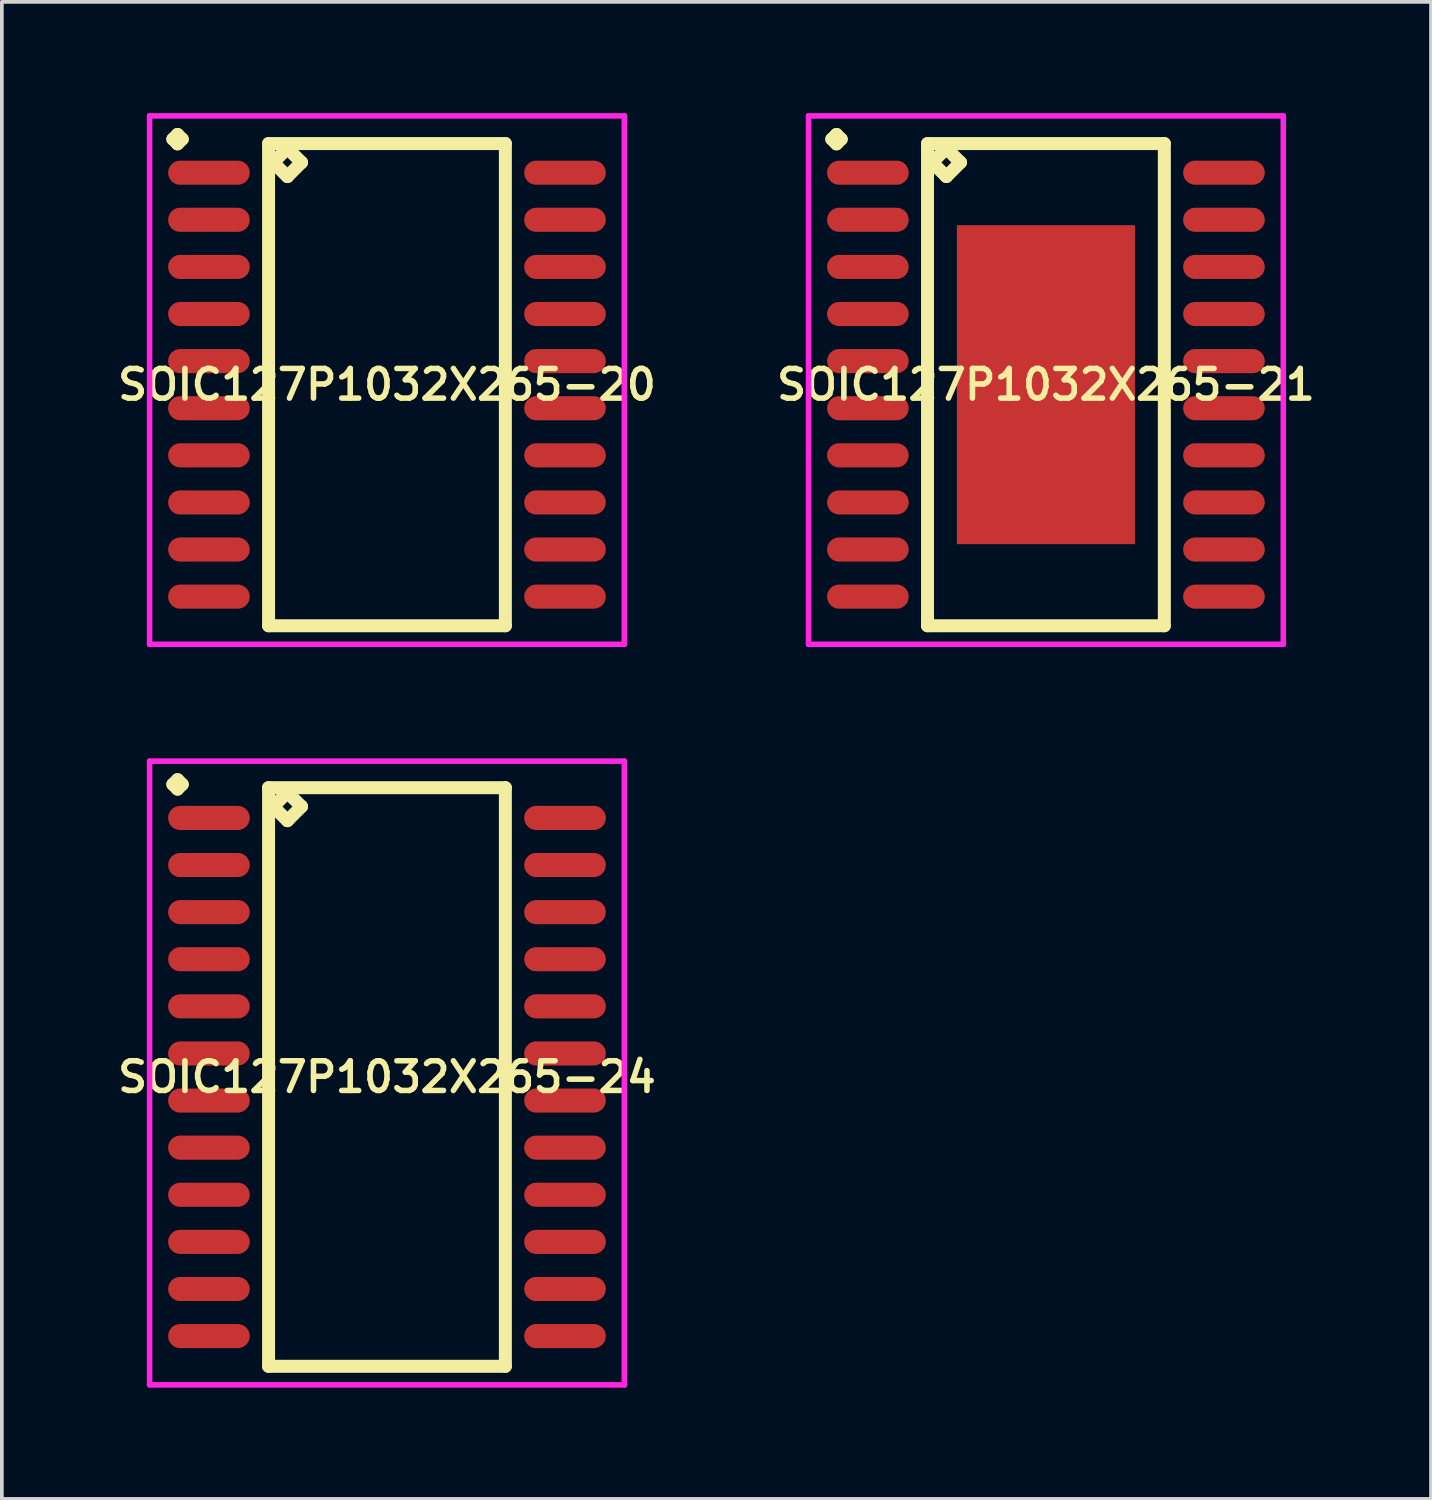
<source format=kicad_pcb>
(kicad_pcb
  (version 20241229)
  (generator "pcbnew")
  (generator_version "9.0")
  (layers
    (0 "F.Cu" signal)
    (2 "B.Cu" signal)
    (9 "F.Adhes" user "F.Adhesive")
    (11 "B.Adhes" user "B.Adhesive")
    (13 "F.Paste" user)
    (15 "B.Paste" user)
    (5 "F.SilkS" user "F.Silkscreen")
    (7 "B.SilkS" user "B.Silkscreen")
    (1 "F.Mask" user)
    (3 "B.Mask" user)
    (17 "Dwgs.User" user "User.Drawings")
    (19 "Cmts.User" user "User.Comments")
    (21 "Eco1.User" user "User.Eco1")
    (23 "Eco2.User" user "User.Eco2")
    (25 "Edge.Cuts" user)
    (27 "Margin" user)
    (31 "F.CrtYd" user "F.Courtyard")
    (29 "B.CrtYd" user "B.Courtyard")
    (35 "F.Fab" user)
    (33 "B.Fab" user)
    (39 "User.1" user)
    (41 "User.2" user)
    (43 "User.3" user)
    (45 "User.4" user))
  (footprint "SOIC127P1032X265-20"
    (layer "F.Cu")
    (at 7.383 7.321)
    (property "Reference" "SOIC127P1032X265-20" (at 0 0 0) (layer "F.SilkS") (effects (font (size 0.8 0.8) (thickness 0.15))))
    (attr smd)
    (fp_line (start -5.773 -6.619) (end -5.646 -6.746) (stroke (width 0.35) (type solid)) (layer "F.SilkS"))
    (fp_line (start -5.646 -6.746) (end -5.519 -6.619) (stroke (width 0.35) (type solid)) (layer "F.SilkS"))
    (fp_line (start -5.646 -6.492) (end -5.773 -6.619) (stroke (width 0.35) (type solid)) (layer "F.SilkS"))
    (fp_line (start -5.519 -6.619) (end -5.646 -6.492) (stroke (width 0.35) (type solid)) (layer "F.SilkS"))
    (fp_line (start -3.192 -6.5) (end -3.192 6.5) (stroke (width 0.35) (type solid)) (layer "F.SilkS"))
    (fp_line (start -3.192 6.5) (end 3.192 6.5) (stroke (width 0.35) (type solid)) (layer "F.SilkS"))
    (fp_line (start -3.065 -5.992) (end -2.684 -6.373) (stroke (width 0.35) (type solid)) (layer "F.SilkS"))
    (fp_line (start -2.684 -6.373) (end -2.303 -5.992) (stroke (width 0.35) (type solid)) (layer "F.SilkS"))
    (fp_line (start -2.684 -5.611) (end -3.065 -5.992) (stroke (width 0.35) (type solid)) (layer "F.SilkS"))
    (fp_line (start -2.303 -5.992) (end -2.684 -5.611) (stroke (width 0.35) (type solid)) (layer "F.SilkS"))
    (fp_line (start 3.192 -6.5) (end -3.192 -6.5) (stroke (width 0.35) (type solid)) (layer "F.SilkS"))
    (fp_line (start 3.192 6.5) (end 3.192 -6.5) (stroke (width 0.35) (type solid)) (layer "F.SilkS"))
    (fp_line (start -6.4 -7.246) (end 6.4 -7.246) (stroke (width 0.15) (type solid)) (layer "F.CrtYd"))
    (fp_line (start -6.4 7) (end -6.4 -7.246) (stroke (width 0.15) (type solid)) (layer "F.CrtYd"))
    (fp_line (start 6.4 -7.246) (end 6.4 7) (stroke (width 0.15) (type solid)) (layer "F.CrtYd"))
    (fp_line (start 6.4 7) (end -6.4 7) (stroke (width 0.15) (type solid)) (layer "F.CrtYd"))
    (pad "1" smd oval (at -4.8 -5.715) (size 2.2 0.65) (layers "F.Cu" "F.Mask" "F.Paste"))
    (pad "2" smd oval (at -4.8 -4.445) (size 2.2 0.65) (layers "F.Cu" "F.Mask" "F.Paste"))
    (pad "3" smd oval (at -4.8 -3.175) (size 2.2 0.65) (layers "F.Cu" "F.Mask" "F.Paste"))
    (pad "4" smd oval (at -4.8 -1.905) (size 2.2 0.65) (layers "F.Cu" "F.Mask" "F.Paste"))
    (pad "5" smd oval (at -4.8 -0.635) (size 2.2 0.65) (layers "F.Cu" "F.Mask" "F.Paste"))
    (pad "6" smd oval (at -4.8 0.635) (size 2.2 0.65) (layers "F.Cu" "F.Mask" "F.Paste"))
    (pad "7" smd oval (at -4.8 1.905) (size 2.2 0.65) (layers "F.Cu" "F.Mask" "F.Paste"))
    (pad "8" smd oval (at -4.8 3.175) (size 2.2 0.65) (layers "F.Cu" "F.Mask" "F.Paste"))
    (pad "9" smd oval (at -4.8 4.445) (size 2.2 0.65) (layers "F.Cu" "F.Mask" "F.Paste"))
    (pad "10" smd oval (at -4.8 5.715) (size 2.2 0.65) (layers "F.Cu" "F.Mask" "F.Paste"))
    (pad "11" smd oval (at 4.8 5.715) (size 2.2 0.65) (layers "F.Cu" "F.Mask" "F.Paste"))
    (pad "12" smd oval (at 4.8 4.445) (size 2.2 0.65) (layers "F.Cu" "F.Mask" "F.Paste"))
    (pad "13" smd oval (at 4.8 3.175) (size 2.2 0.65) (layers "F.Cu" "F.Mask" "F.Paste"))
    (pad "14" smd oval (at 4.8 1.905) (size 2.2 0.65) (layers "F.Cu" "F.Mask" "F.Paste"))
    (pad "15" smd oval (at 4.8 0.635) (size 2.2 0.65) (layers "F.Cu" "F.Mask" "F.Paste"))
    (pad "16" smd oval (at 4.8 -0.635) (size 2.2 0.65) (layers "F.Cu" "F.Mask" "F.Paste"))
    (pad "17" smd oval (at 4.8 -1.905) (size 2.2 0.65) (layers "F.Cu" "F.Mask" "F.Paste"))
    (pad "18" smd oval (at 4.8 -3.175) (size 2.2 0.65) (layers "F.Cu" "F.Mask" "F.Paste"))
    (pad "19" smd oval (at 4.8 -4.445) (size 2.2 0.65) (layers "F.Cu" "F.Mask" "F.Paste"))
    (pad "20" smd oval (at 4.8 -5.715) (size 2.2 0.65) (layers "F.Cu" "F.Mask" "F.Paste")))
  (footprint "SOIC127P1032X265-21"
    (layer "F.Cu")
    (at 25.149 7.321)
    (property "Reference" "SOIC127P1032X265-21" (at 0 0 0) (layer "F.SilkS") (effects (font (size 0.8 0.8) (thickness 0.15))))
    (attr smd)
    (fp_line (start -5.773 -6.619) (end -5.646 -6.746) (stroke (width 0.35) (type solid)) (layer "F.SilkS"))
    (fp_line (start -5.646 -6.746) (end -5.519 -6.619) (stroke (width 0.35) (type solid)) (layer "F.SilkS"))
    (fp_line (start -5.646 -6.492) (end -5.773 -6.619) (stroke (width 0.35) (type solid)) (layer "F.SilkS"))
    (fp_line (start -5.519 -6.619) (end -5.646 -6.492) (stroke (width 0.35) (type solid)) (layer "F.SilkS"))
    (fp_line (start -3.192 -6.5) (end -3.192 6.5) (stroke (width 0.35) (type solid)) (layer "F.SilkS"))
    (fp_line (start -3.192 6.5) (end 3.192 6.5) (stroke (width 0.35) (type solid)) (layer "F.SilkS"))
    (fp_line (start -3.065 -5.992) (end -2.684 -6.373) (stroke (width 0.35) (type solid)) (layer "F.SilkS"))
    (fp_line (start -2.684 -6.373) (end -2.303 -5.992) (stroke (width 0.35) (type solid)) (layer "F.SilkS"))
    (fp_line (start -2.684 -5.611) (end -3.065 -5.992) (stroke (width 0.35) (type solid)) (layer "F.SilkS"))
    (fp_line (start -2.303 -5.992) (end -2.684 -5.611) (stroke (width 0.35) (type solid)) (layer "F.SilkS"))
    (fp_line (start 3.192 -6.5) (end -3.192 -6.5) (stroke (width 0.35) (type solid)) (layer "F.SilkS"))
    (fp_line (start 3.192 6.5) (end 3.192 -6.5) (stroke (width 0.35) (type solid)) (layer "F.SilkS"))
    (fp_line (start -6.4 -7.246) (end 6.4 -7.246) (stroke (width 0.15) (type solid)) (layer "F.CrtYd"))
    (fp_line (start -6.4 7) (end -6.4 -7.246) (stroke (width 0.15) (type solid)) (layer "F.CrtYd"))
    (fp_line (start 6.4 -7.246) (end 6.4 7) (stroke (width 0.15) (type solid)) (layer "F.CrtYd"))
    (fp_line (start 6.4 7) (end -6.4 7) (stroke (width 0.15) (type solid)) (layer "F.CrtYd"))
    (pad "1" smd oval (at -4.8 -5.715) (size 2.2 0.65) (layers "F.Cu" "F.Mask" "F.Paste"))
    (pad "2" smd oval (at -4.8 -4.445) (size 2.2 0.65) (layers "F.Cu" "F.Mask" "F.Paste"))
    (pad "3" smd oval (at -4.8 -3.175) (size 2.2 0.65) (layers "F.Cu" "F.Mask" "F.Paste"))
    (pad "4" smd oval (at -4.8 -1.905) (size 2.2 0.65) (layers "F.Cu" "F.Mask" "F.Paste"))
    (pad "5" smd oval (at -4.8 -0.635) (size 2.2 0.65) (layers "F.Cu" "F.Mask" "F.Paste"))
    (pad "6" smd oval (at -4.8 0.635) (size 2.2 0.65) (layers "F.Cu" "F.Mask" "F.Paste"))
    (pad "7" smd oval (at -4.8 1.905) (size 2.2 0.65) (layers "F.Cu" "F.Mask" "F.Paste"))
    (pad "8" smd oval (at -4.8 3.175) (size 2.2 0.65) (layers "F.Cu" "F.Mask" "F.Paste"))
    (pad "9" smd oval (at -4.8 4.445) (size 2.2 0.65) (layers "F.Cu" "F.Mask" "F.Paste"))
    (pad "10" smd oval (at -4.8 5.715) (size 2.2 0.65) (layers "F.Cu" "F.Mask" "F.Paste"))
    (pad "11" smd oval (at 4.8 5.715) (size 2.2 0.65) (layers "F.Cu" "F.Mask" "F.Paste"))
    (pad "12" smd oval (at 4.8 4.445) (size 2.2 0.65) (layers "F.Cu" "F.Mask" "F.Paste"))
    (pad "13" smd oval (at 4.8 3.175) (size 2.2 0.65) (layers "F.Cu" "F.Mask" "F.Paste"))
    (pad "14" smd oval (at 4.8 1.905) (size 2.2 0.65) (layers "F.Cu" "F.Mask" "F.Paste"))
    (pad "15" smd oval (at 4.8 0.635) (size 2.2 0.65) (layers "F.Cu" "F.Mask" "F.Paste"))
    (pad "16" smd oval (at 4.8 -0.635) (size 2.2 0.65) (layers "F.Cu" "F.Mask" "F.Paste"))
    (pad "17" smd oval (at 4.8 -1.905) (size 2.2 0.65) (layers "F.Cu" "F.Mask" "F.Paste"))
    (pad "18" smd oval (at 4.8 -3.175) (size 2.2 0.65) (layers "F.Cu" "F.Mask" "F.Paste"))
    (pad "19" smd oval (at 4.8 -4.445) (size 2.2 0.65) (layers "F.Cu" "F.Mask" "F.Paste"))
    (pad "20" smd oval (at 4.8 -5.715) (size 2.2 0.65) (layers "F.Cu" "F.Mask" "F.Paste"))
    (pad "21" smd rect (at 0 0) (size 4.8 8.6) (layers "F.Cu" "F.Mask" "F.Paste")))
  (footprint "SOIC127P1032X265-24"
    (layer "F.Cu")
    (at 7.383 25.987)
    (property "Reference" "SOIC127P1032X265-24" (at 0 0 0) (layer "F.SilkS") (effects (font (size 0.8 0.8) (thickness 0.15))))
    (attr through_hole)
    (fp_line (start -5.773 -7.889) (end -5.646 -8.016) (stroke (width 0.35) (type solid)) (layer "F.SilkS"))
    (fp_line (start -5.646 -8.016) (end -5.519 -7.889) (stroke (width 0.35) (type solid)) (layer "F.SilkS"))
    (fp_line (start -5.646 -7.762) (end -5.773 -7.889) (stroke (width 0.35) (type solid)) (layer "F.SilkS"))
    (fp_line (start -5.519 -7.889) (end -5.646 -7.762) (stroke (width 0.35) (type solid)) (layer "F.SilkS"))
    (fp_line (start -3.192 -7.8) (end -3.192 7.8) (stroke (width 0.35) (type solid)) (layer "F.SilkS"))
    (fp_line (start -3.192 7.8) (end 3.192 7.8) (stroke (width 0.35) (type solid)) (layer "F.SilkS"))
    (fp_line (start -3.065 -7.292) (end -2.684 -7.673) (stroke (width 0.35) (type solid)) (layer "F.SilkS"))
    (fp_line (start -2.684 -7.673) (end -2.303 -7.292) (stroke (width 0.35) (type solid)) (layer "F.SilkS"))
    (fp_line (start -2.684 -6.911) (end -3.065 -7.292) (stroke (width 0.35) (type solid)) (layer "F.SilkS"))
    (fp_line (start -2.303 -7.292) (end -2.684 -6.911) (stroke (width 0.35) (type solid)) (layer "F.SilkS"))
    (fp_line (start 3.192 -7.8) (end -3.192 -7.8) (stroke (width 0.35) (type solid)) (layer "F.SilkS"))
    (fp_line (start 3.192 7.8) (end 3.192 -7.8) (stroke (width 0.35) (type solid)) (layer "F.SilkS"))
    (fp_line (start -6.4 -8.516) (end 6.4 -8.516) (stroke (width 0.15) (type solid)) (layer "F.CrtYd"))
    (fp_line (start -6.4 8.3) (end -6.4 -8.516) (stroke (width 0.15) (type solid)) (layer "F.CrtYd"))
    (fp_line (start 6.4 -8.516) (end 6.4 8.3) (stroke (width 0.15) (type solid)) (layer "F.CrtYd"))
    (fp_line (start 6.4 8.3) (end -6.4 8.3) (stroke (width 0.15) (type solid)) (layer "F.CrtYd"))
    (pad "1" smd oval (at -4.8 -6.985) (size 2.2 0.65) (layers "F.Cu" "F.Mask" "F.Paste"))
    (pad "2" smd oval (at -4.8 -5.715) (size 2.2 0.65) (layers "F.Cu" "F.Mask" "F.Paste"))
    (pad "3" smd oval (at -4.8 -4.445) (size 2.2 0.65) (layers "F.Cu" "F.Mask" "F.Paste"))
    (pad "4" smd oval (at -4.8 -3.175) (size 2.2 0.65) (layers "F.Cu" "F.Mask" "F.Paste"))
    (pad "5" smd oval (at -4.8 -1.905) (size 2.2 0.65) (layers "F.Cu" "F.Mask" "F.Paste"))
    (pad "6" smd oval (at -4.8 -0.635) (size 2.2 0.65) (layers "F.Cu" "F.Mask" "F.Paste"))
    (pad "7" smd oval (at -4.8 0.635) (size 2.2 0.65) (layers "F.Cu" "F.Mask" "F.Paste"))
    (pad "8" smd oval (at -4.8 1.905) (size 2.2 0.65) (layers "F.Cu" "F.Mask" "F.Paste"))
    (pad "9" smd oval (at -4.8 3.175) (size 2.2 0.65) (layers "F.Cu" "F.Mask" "F.Paste"))
    (pad "10" smd oval (at -4.8 4.445) (size 2.2 0.65) (layers "F.Cu" "F.Mask" "F.Paste"))
    (pad "11" smd oval (at -4.8 5.715) (size 2.2 0.65) (layers "F.Cu" "F.Mask" "F.Paste"))
    (pad "12" smd oval (at -4.8 6.985) (size 2.2 0.65) (layers "F.Cu" "F.Mask" "F.Paste"))
    (pad "13" smd oval (at 4.8 6.985) (size 2.2 0.65) (layers "F.Cu" "F.Mask" "F.Paste"))
    (pad "14" smd oval (at 4.8 5.715) (size 2.2 0.65) (layers "F.Cu" "F.Mask" "F.Paste"))
    (pad "15" smd oval (at 4.8 4.445) (size 2.2 0.65) (layers "F.Cu" "F.Mask" "F.Paste"))
    (pad "16" smd oval (at 4.8 3.175) (size 2.2 0.65) (layers "F.Cu" "F.Mask" "F.Paste"))
    (pad "17" smd oval (at 4.8 1.905) (size 2.2 0.65) (layers "F.Cu" "F.Mask" "F.Paste"))
    (pad "18" smd oval (at 4.8 0.635) (size 2.2 0.65) (layers "F.Cu" "F.Mask" "F.Paste"))
    (pad "19" smd oval (at 4.8 -0.635) (size 2.2 0.65) (layers "F.Cu" "F.Mask" "F.Paste"))
    (pad "20" smd oval (at 4.8 -1.905) (size 2.2 0.65) (layers "F.Cu" "F.Mask" "F.Paste"))
    (pad "21" smd oval (at 4.8 -3.175) (size 2.2 0.65) (layers "F.Cu" "F.Mask" "F.Paste"))
    (pad "22" smd oval (at 4.8 -4.445) (size 2.2 0.65) (layers "F.Cu" "F.Mask" "F.Paste"))
    (pad "23" smd oval (at 4.8 -5.715) (size 2.2 0.65) (layers "F.Cu" "F.Mask" "F.Paste"))
    (pad "24" smd oval (at 4.8 -6.985) (size 2.2 0.65) (layers "F.Cu" "F.Mask" "F.Paste")))
  (gr_rect
    (start -3 -3)
    (end 35.532 37.362)
    (stroke (width 0.1) (type default))
    (fill no)
    (layer "Edge.Cuts")))
</source>
